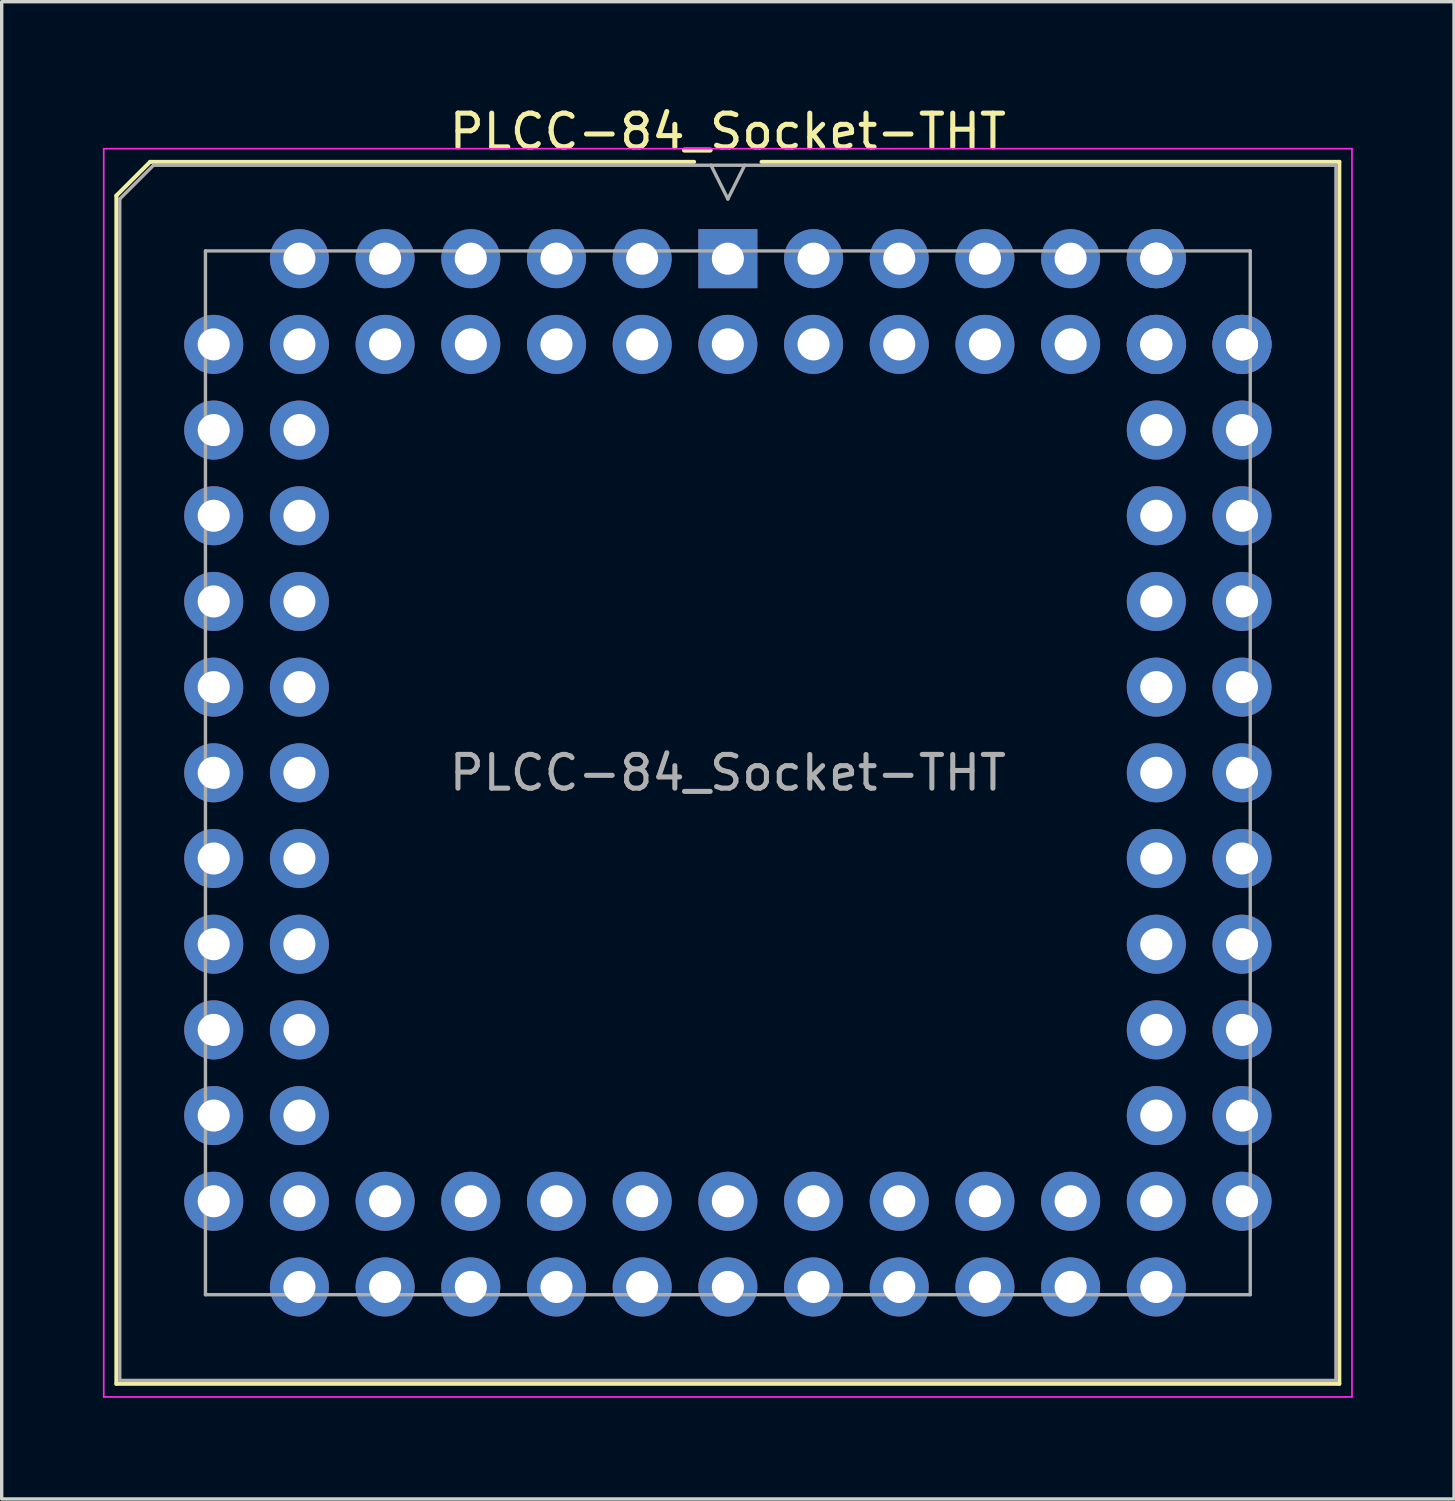
<source format=kicad_pcb>
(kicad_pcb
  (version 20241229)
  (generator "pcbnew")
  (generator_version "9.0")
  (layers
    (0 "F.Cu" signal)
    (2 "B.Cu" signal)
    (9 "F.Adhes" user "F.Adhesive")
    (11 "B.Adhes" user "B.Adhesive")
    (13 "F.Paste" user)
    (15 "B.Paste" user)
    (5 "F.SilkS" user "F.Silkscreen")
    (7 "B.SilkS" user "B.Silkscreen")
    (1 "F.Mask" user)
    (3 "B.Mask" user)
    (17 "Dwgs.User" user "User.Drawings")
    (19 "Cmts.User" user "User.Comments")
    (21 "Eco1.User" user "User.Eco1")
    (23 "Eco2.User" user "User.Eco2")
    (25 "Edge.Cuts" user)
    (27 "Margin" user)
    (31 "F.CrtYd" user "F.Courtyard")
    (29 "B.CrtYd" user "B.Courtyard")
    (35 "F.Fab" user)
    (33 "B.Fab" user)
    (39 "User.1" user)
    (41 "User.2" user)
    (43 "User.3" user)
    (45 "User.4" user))
  (footprint "PLCC-84_Socket-THT"
    (layer "F.Cu")
    (at 18.525 4.618)
    (property "Reference" "PLCC-84_Socket-THT" (at 0 -3.77 0) (layer "F.SilkS") (effects (font (size 1 1) (thickness 0.15))))
    (attr through_hole)
    (fp_line (start -18.125 -1.87) (end -18.125 33.35) (stroke (width 0.12) (type solid)) (layer "F.SilkS"))
    (fp_line (start -18.125 33.35) (end 18.125 33.35) (stroke (width 0.12) (type solid)) (layer "F.SilkS"))
    (fp_line (start -17.125 -2.87) (end -18.125 -1.87) (stroke (width 0.12) (type solid)) (layer "F.SilkS"))
    (fp_line (start -1 -2.87) (end -17.125 -2.87) (stroke (width 0.12) (type solid)) (layer "F.SilkS"))
    (fp_line (start 18.125 -2.87) (end 1 -2.87) (stroke (width 0.12) (type solid)) (layer "F.SilkS"))
    (fp_line (start 18.125 33.35) (end 18.125 -2.87) (stroke (width 0.12) (type solid)) (layer "F.SilkS"))
    (fp_line (start -18.5 -3.26) (end -18.5 33.74) (stroke (width 0.05) (type solid)) (layer "F.CrtYd"))
    (fp_line (start -18.5 33.74) (end 18.5 33.74) (stroke (width 0.05) (type solid)) (layer "F.CrtYd"))
    (fp_line (start 18.5 -3.26) (end -18.5 -3.26) (stroke (width 0.05) (type solid)) (layer "F.CrtYd"))
    (fp_line (start 18.5 33.74) (end 18.5 -3.26) (stroke (width 0.05) (type solid)) (layer "F.CrtYd"))
    (fp_line (start -18.025 -1.77) (end -18.025 33.25) (stroke (width 0.1) (type solid)) (layer "F.Fab"))
    (fp_line (start -18.025 33.25) (end 18.025 33.25) (stroke (width 0.1) (type solid)) (layer "F.Fab"))
    (fp_line (start -17.025 -2.77) (end -18.025 -1.77) (stroke (width 0.1) (type solid)) (layer "F.Fab"))
    (fp_line (start -15.485 -0.23) (end -15.485 30.71) (stroke (width 0.1) (type solid)) (layer "F.Fab"))
    (fp_line (start -15.485 30.71) (end 15.485 30.71) (stroke (width 0.1) (type solid)) (layer "F.Fab"))
    (fp_line (start -0.5 -2.77) (end 0 -1.77) (stroke (width 0.1) (type solid)) (layer "F.Fab"))
    (fp_line (start 0 -1.77) (end 0.5 -2.77) (stroke (width 0.1) (type solid)) (layer "F.Fab"))
    (fp_line (start 15.485 -0.23) (end -15.485 -0.23) (stroke (width 0.1) (type solid)) (layer "F.Fab"))
    (fp_line (start 15.485 30.71) (end 15.485 -0.23) (stroke (width 0.1) (type solid)) (layer "F.Fab"))
    (fp_line (start 18.025 -2.77) (end -17.025 -2.77) (stroke (width 0.1) (type solid)) (layer "F.Fab"))
    (fp_line (start 18.025 33.25) (end 18.025 -2.77) (stroke (width 0.1) (type solid)) (layer "F.Fab"))
    (fp_text user "${REFERENCE}" (at 0 15.24 0) (layer "F.Fab") (effects (font (size 1 1) (thickness 0.15))))
    (pad "1" thru_hole rect (at 0 0) (size 1.75 1.75) (drill 0.95) (layers "*.Cu" "*.Mask"))
    (pad "2" thru_hole circle (at 0 2.54) (size 1.75 1.75) (drill 0.95) (layers "*.Cu" "*.Mask"))
    (pad "3" thru_hole circle (at -2.54 0) (size 1.75 1.75) (drill 0.95) (layers "*.Cu" "*.Mask"))
    (pad "4" thru_hole circle (at -2.54 2.54) (size 1.75 1.75) (drill 0.95) (layers "*.Cu" "*.Mask"))
    (pad "5" thru_hole circle (at -5.08 0) (size 1.75 1.75) (drill 0.95) (layers "*.Cu" "*.Mask"))
    (pad "6" thru_hole circle (at -5.08 2.54) (size 1.75 1.75) (drill 0.95) (layers "*.Cu" "*.Mask"))
    (pad "7" thru_hole circle (at -7.62 0) (size 1.75 1.75) (drill 0.95) (layers "*.Cu" "*.Mask"))
    (pad "8" thru_hole circle (at -7.62 2.54) (size 1.75 1.75) (drill 0.95) (layers "*.Cu" "*.Mask"))
    (pad "9" thru_hole circle (at -10.16 0) (size 1.75 1.75) (drill 0.95) (layers "*.Cu" "*.Mask"))
    (pad "10" thru_hole circle (at -10.16 2.54) (size 1.75 1.75) (drill 0.95) (layers "*.Cu" "*.Mask"))
    (pad "11" thru_hole circle (at -12.7 0) (size 1.75 1.75) (drill 0.95) (layers "*.Cu" "*.Mask"))
    (pad "12" thru_hole circle (at -15.24 2.54) (size 1.75 1.75) (drill 0.95) (layers "*.Cu" "*.Mask"))
    (pad "13" thru_hole circle (at -12.7 2.54) (size 1.75 1.75) (drill 0.95) (layers "*.Cu" "*.Mask"))
    (pad "14" thru_hole circle (at -15.24 5.08) (size 1.75 1.75) (drill 0.95) (layers "*.Cu" "*.Mask"))
    (pad "15" thru_hole circle (at -12.7 5.08) (size 1.75 1.75) (drill 0.95) (layers "*.Cu" "*.Mask"))
    (pad "16" thru_hole circle (at -15.24 7.62) (size 1.75 1.75) (drill 0.95) (layers "*.Cu" "*.Mask"))
    (pad "17" thru_hole circle (at -12.7 7.62) (size 1.75 1.75) (drill 0.95) (layers "*.Cu" "*.Mask"))
    (pad "18" thru_hole circle (at -15.24 10.16) (size 1.75 1.75) (drill 0.95) (layers "*.Cu" "*.Mask"))
    (pad "19" thru_hole circle (at -12.7 10.16) (size 1.75 1.75) (drill 0.95) (layers "*.Cu" "*.Mask"))
    (pad "20" thru_hole circle (at -15.24 12.7) (size 1.75 1.75) (drill 0.95) (layers "*.Cu" "*.Mask"))
    (pad "21" thru_hole circle (at -12.7 12.7) (size 1.75 1.75) (drill 0.95) (layers "*.Cu" "*.Mask"))
    (pad "22" thru_hole circle (at -15.24 15.24) (size 1.75 1.75) (drill 0.95) (layers "*.Cu" "*.Mask"))
    (pad "23" thru_hole circle (at -12.7 15.24) (size 1.75 1.75) (drill 0.95) (layers "*.Cu" "*.Mask"))
    (pad "24" thru_hole circle (at -15.24 17.78) (size 1.75 1.75) (drill 0.95) (layers "*.Cu" "*.Mask"))
    (pad "25" thru_hole circle (at -12.7 17.78) (size 1.75 1.75) (drill 0.95) (layers "*.Cu" "*.Mask"))
    (pad "26" thru_hole circle (at -15.24 20.32) (size 1.75 1.75) (drill 0.95) (layers "*.Cu" "*.Mask"))
    (pad "27" thru_hole circle (at -12.7 20.32) (size 1.75 1.75) (drill 0.95) (layers "*.Cu" "*.Mask"))
    (pad "28" thru_hole circle (at -15.24 22.86) (size 1.75 1.75) (drill 0.95) (layers "*.Cu" "*.Mask"))
    (pad "29" thru_hole circle (at -12.7 22.86) (size 1.75 1.75) (drill 0.95) (layers "*.Cu" "*.Mask"))
    (pad "30" thru_hole circle (at -15.24 25.4) (size 1.75 1.75) (drill 0.95) (layers "*.Cu" "*.Mask"))
    (pad "31" thru_hole circle (at -12.7 25.4) (size 1.75 1.75) (drill 0.95) (layers "*.Cu" "*.Mask"))
    (pad "32" thru_hole circle (at -15.24 27.94) (size 1.75 1.75) (drill 0.95) (layers "*.Cu" "*.Mask"))
    (pad "33" thru_hole circle (at -12.7 30.48) (size 1.75 1.75) (drill 0.95) (layers "*.Cu" "*.Mask"))
    (pad "34" thru_hole circle (at -12.7 27.94) (size 1.75 1.75) (drill 0.95) (layers "*.Cu" "*.Mask"))
    (pad "35" thru_hole circle (at -10.16 30.48) (size 1.75 1.75) (drill 0.95) (layers "*.Cu" "*.Mask"))
    (pad "36" thru_hole circle (at -10.16 27.94) (size 1.75 1.75) (drill 0.95) (layers "*.Cu" "*.Mask"))
    (pad "37" thru_hole circle (at -7.62 30.48) (size 1.75 1.75) (drill 0.95) (layers "*.Cu" "*.Mask"))
    (pad "38" thru_hole circle (at -7.62 27.94) (size 1.75 1.75) (drill 0.95) (layers "*.Cu" "*.Mask"))
    (pad "39" thru_hole circle (at -5.08 30.48) (size 1.75 1.75) (drill 0.95) (layers "*.Cu" "*.Mask"))
    (pad "40" thru_hole circle (at -5.08 27.94) (size 1.75 1.75) (drill 0.95) (layers "*.Cu" "*.Mask"))
    (pad "41" thru_hole circle (at -2.54 30.48) (size 1.75 1.75) (drill 0.95) (layers "*.Cu" "*.Mask"))
    (pad "42" thru_hole circle (at -2.54 27.94) (size 1.75 1.75) (drill 0.95) (layers "*.Cu" "*.Mask"))
    (pad "43" thru_hole circle (at 0 30.48) (size 1.75 1.75) (drill 0.95) (layers "*.Cu" "*.Mask"))
    (pad "44" thru_hole circle (at 0 27.94) (size 1.75 1.75) (drill 0.95) (layers "*.Cu" "*.Mask"))
    (pad "45" thru_hole circle (at 2.54 30.48) (size 1.75 1.75) (drill 0.95) (layers "*.Cu" "*.Mask"))
    (pad "46" thru_hole circle (at 2.54 27.94) (size 1.75 1.75) (drill 0.95) (layers "*.Cu" "*.Mask"))
    (pad "47" thru_hole circle (at 5.08 30.48) (size 1.75 1.75) (drill 0.95) (layers "*.Cu" "*.Mask"))
    (pad "48" thru_hole circle (at 5.08 27.94) (size 1.75 1.75) (drill 0.95) (layers "*.Cu" "*.Mask"))
    (pad "49" thru_hole circle (at 7.62 30.48) (size 1.75 1.75) (drill 0.95) (layers "*.Cu" "*.Mask"))
    (pad "50" thru_hole circle (at 7.62 27.94) (size 1.75 1.75) (drill 0.95) (layers "*.Cu" "*.Mask"))
    (pad "51" thru_hole circle (at 10.16 30.48) (size 1.75 1.75) (drill 0.95) (layers "*.Cu" "*.Mask"))
    (pad "52" thru_hole circle (at 10.16 27.94) (size 1.75 1.75) (drill 0.95) (layers "*.Cu" "*.Mask"))
    (pad "53" thru_hole circle (at 12.7 30.48) (size 1.75 1.75) (drill 0.95) (layers "*.Cu" "*.Mask"))
    (pad "54" thru_hole circle (at 12.7 27.94) (size 1.75 1.75) (drill 0.95) (layers "*.Cu" "*.Mask"))
    (pad "54" thru_hole circle (at 15.24 27.94) (size 1.75 1.75) (drill 0.95) (layers "*.Cu" "*.Mask"))
    (pad "55" thru_hole circle (at 12.7 25.4) (size 1.75 1.75) (drill 0.95) (layers "*.Cu" "*.Mask"))
    (pad "56" thru_hole circle (at 15.24 25.4) (size 1.75 1.75) (drill 0.95) (layers "*.Cu" "*.Mask"))
    (pad "57" thru_hole circle (at 12.7 22.86) (size 1.75 1.75) (drill 0.95) (layers "*.Cu" "*.Mask"))
    (pad "58" thru_hole circle (at 15.24 22.86) (size 1.75 1.75) (drill 0.95) (layers "*.Cu" "*.Mask"))
    (pad "59" thru_hole circle (at 12.7 20.32) (size 1.75 1.75) (drill 0.95) (layers "*.Cu" "*.Mask"))
    (pad "60" thru_hole circle (at 15.24 20.32) (size 1.75 1.75) (drill 0.95) (layers "*.Cu" "*.Mask"))
    (pad "61" thru_hole circle (at 12.7 17.78) (size 1.75 1.75) (drill 0.95) (layers "*.Cu" "*.Mask"))
    (pad "62" thru_hole circle (at 15.24 17.78) (size 1.75 1.75) (drill 0.95) (layers "*.Cu" "*.Mask"))
    (pad "63" thru_hole circle (at 12.7 15.24) (size 1.75 1.75) (drill 0.95) (layers "*.Cu" "*.Mask"))
    (pad "64" thru_hole circle (at 15.24 15.24) (size 1.75 1.75) (drill 0.95) (layers "*.Cu" "*.Mask"))
    (pad "65" thru_hole circle (at 12.7 12.7) (size 1.75 1.75) (drill 0.95) (layers "*.Cu" "*.Mask"))
    (pad "66" thru_hole circle (at 15.24 12.7) (size 1.75 1.75) (drill 0.95) (layers "*.Cu" "*.Mask"))
    (pad "67" thru_hole circle (at 12.7 10.16) (size 1.75 1.75) (drill 0.95) (layers "*.Cu" "*.Mask"))
    (pad "68" thru_hole circle (at 15.24 10.16) (size 1.75 1.75) (drill 0.95) (layers "*.Cu" "*.Mask"))
    (pad "69" thru_hole circle (at 12.7 7.62) (size 1.75 1.75) (drill 0.95) (layers "*.Cu" "*.Mask"))
    (pad "70" thru_hole circle (at 15.24 7.62) (size 1.75 1.75) (drill 0.95) (layers "*.Cu" "*.Mask"))
    (pad "71" thru_hole circle (at 12.7 5.08) (size 1.75 1.75) (drill 0.95) (layers "*.Cu" "*.Mask"))
    (pad "72" thru_hole circle (at 15.24 5.08) (size 1.75 1.75) (drill 0.95) (layers "*.Cu" "*.Mask"))
    (pad "73" thru_hole circle (at 12.7 2.54) (size 1.75 1.75) (drill 0.95) (layers "*.Cu" "*.Mask"))
    (pad "74" thru_hole circle (at 15.24 2.54) (size 1.75 1.75) (drill 0.95) (layers "*.Cu" "*.Mask"))
    (pad "74" thru_hole circle (at 15.24 2.54) (size 1.75 1.75) (drill 0.95) (layers "*.Cu" "*.Mask"))
    (pad "75" thru_hole circle (at 12.7 0) (size 1.75 1.75) (drill 0.95) (layers "*.Cu" "*.Mask"))
    (pad "75" thru_hole circle (at 12.7 0) (size 1.75 1.75) (drill 0.95) (layers "*.Cu" "*.Mask"))
    (pad "76" thru_hole circle (at 12.7 2.54) (size 1.75 1.75) (drill 0.95) (layers "*.Cu" "*.Mask"))
    (pad "77" thru_hole circle (at 10.16 0) (size 1.75 1.75) (drill 0.95) (layers "*.Cu" "*.Mask"))
    (pad "78" thru_hole circle (at 10.16 2.54) (size 1.75 1.75) (drill 0.95) (layers "*.Cu" "*.Mask"))
    (pad "79" thru_hole circle (at 7.62 0) (size 1.75 1.75) (drill 0.95) (layers "*.Cu" "*.Mask"))
    (pad "80" thru_hole circle (at 7.62 2.54) (size 1.75 1.75) (drill 0.95) (layers "*.Cu" "*.Mask"))
    (pad "81" thru_hole circle (at 5.08 0) (size 1.75 1.75) (drill 0.95) (layers "*.Cu" "*.Mask"))
    (pad "82" thru_hole circle (at 5.08 2.54) (size 1.75 1.75) (drill 0.95) (layers "*.Cu" "*.Mask"))
    (pad "83" thru_hole circle (at 2.54 0) (size 1.75 1.75) (drill 0.95) (layers "*.Cu" "*.Mask"))
    (pad "84" thru_hole circle (at 2.54 2.54) (size 1.75 1.75) (drill 0.95) (layers "*.Cu" "*.Mask")))
  (gr_rect
    (start -3 -3)
    (end 40.05 41.383)
    (stroke (width 0.1) (type default))
    (fill no)
    (layer "Edge.Cuts")))
</source>
